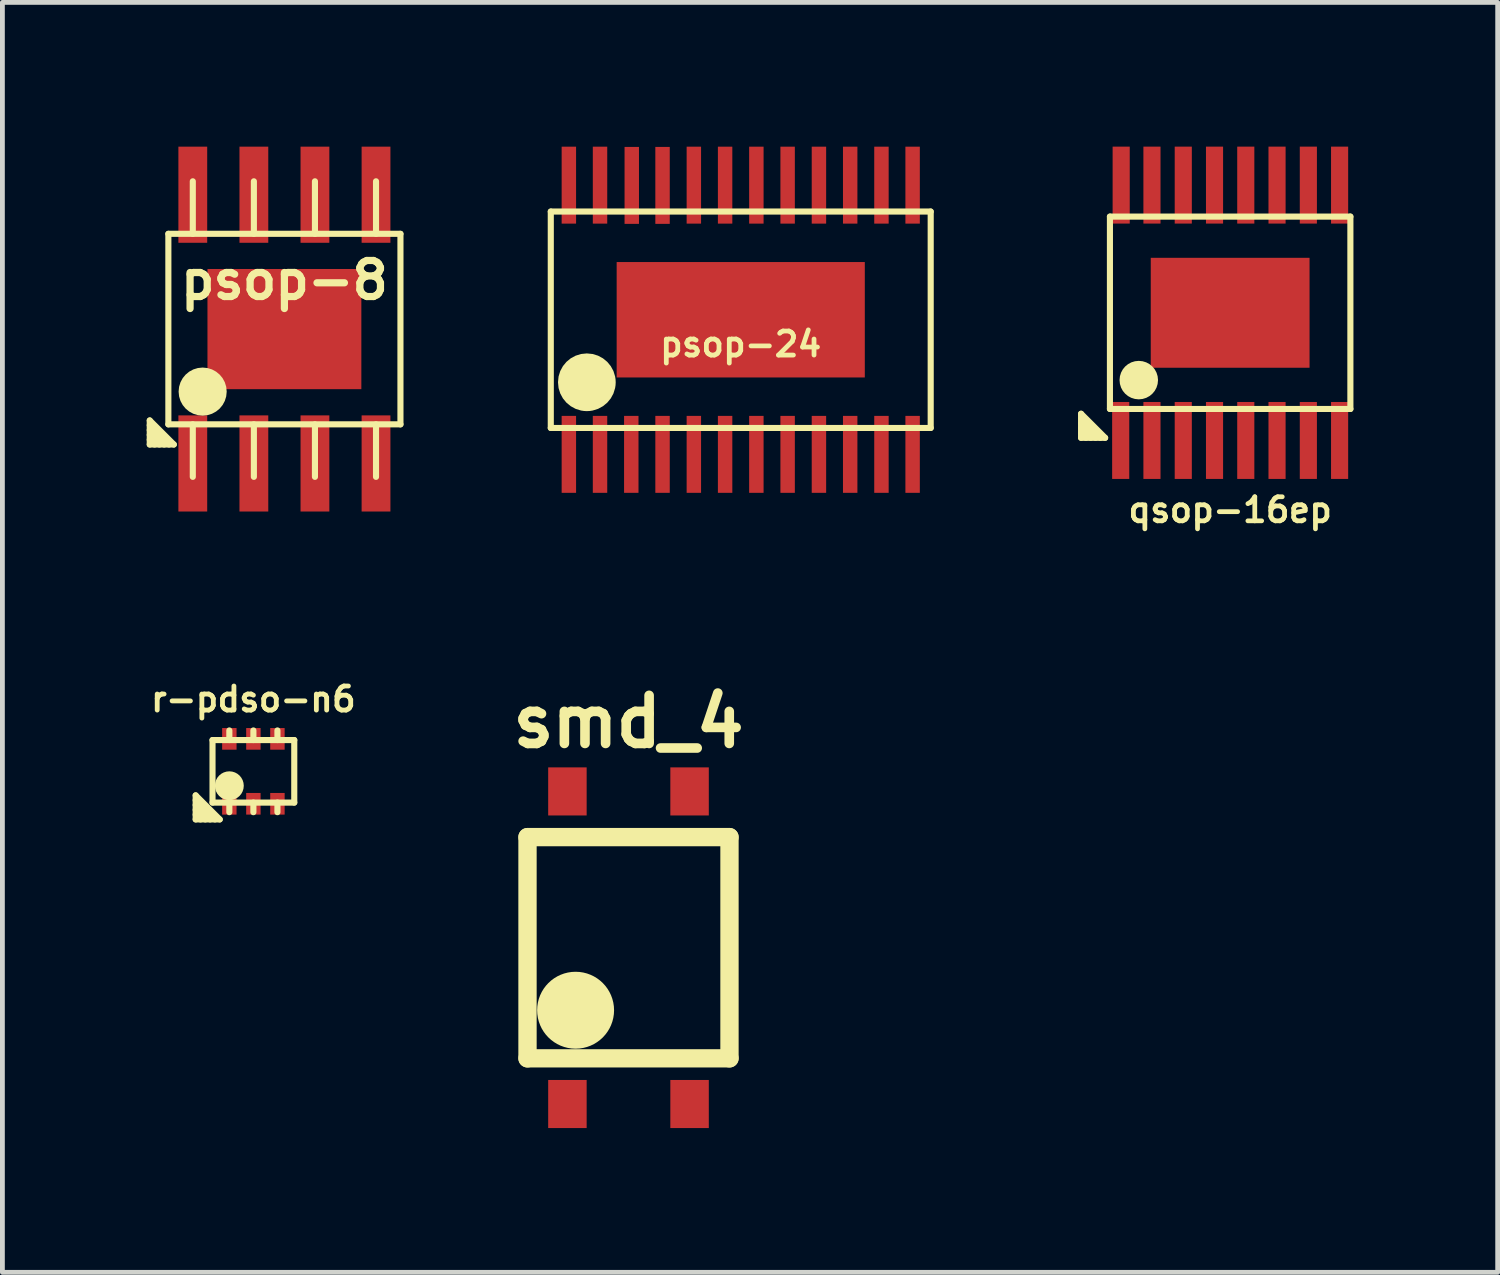
<source format=kicad_pcb>
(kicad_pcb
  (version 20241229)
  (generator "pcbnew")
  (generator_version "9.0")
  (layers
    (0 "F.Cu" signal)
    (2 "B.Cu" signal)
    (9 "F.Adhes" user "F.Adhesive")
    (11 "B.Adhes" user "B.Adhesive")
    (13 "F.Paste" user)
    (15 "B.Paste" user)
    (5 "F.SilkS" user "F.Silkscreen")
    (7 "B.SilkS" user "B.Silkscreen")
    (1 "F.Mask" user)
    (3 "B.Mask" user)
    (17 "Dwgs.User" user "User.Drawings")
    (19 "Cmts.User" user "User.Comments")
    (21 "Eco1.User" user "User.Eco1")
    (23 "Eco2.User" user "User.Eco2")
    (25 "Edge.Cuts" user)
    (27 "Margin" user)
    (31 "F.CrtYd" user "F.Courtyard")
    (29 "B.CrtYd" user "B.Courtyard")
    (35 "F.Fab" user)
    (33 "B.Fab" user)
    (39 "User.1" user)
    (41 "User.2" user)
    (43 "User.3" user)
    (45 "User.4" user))
  (footprint "r-pdso-n6"
    (layer "F.Cu")
    (at 2.219 12.989)
    (property "Reference" "r-pdso-n6" (at 0 -1.5 0) (layer "F.SilkS") (effects (font (size 0.5 0.5) (thickness 0.1))))
    (attr through_hole)
    (fp_line (start -1.2 0.5) (end -0.7 1) (stroke (width 0.127) (type solid)) (layer "F.SilkS"))
    (fp_line (start -1.2 0.7) (end -0.9 1) (stroke (width 0.127) (type solid)) (layer "F.SilkS"))
    (fp_line (start -1.2 0.9) (end -1.1 1) (stroke (width 0.127) (type solid)) (layer "F.SilkS"))
    (fp_line (start -1.2 1) (end -1.2 0.5) (stroke (width 0.127) (type solid)) (layer "F.SilkS"))
    (fp_line (start -1 1) (end -1.2 0.8) (stroke (width 0.127) (type solid)) (layer "F.SilkS"))
    (fp_line (start -0.85 -0.65) (end -0.85 0.65) (stroke (width 0.127) (type solid)) (layer "F.SilkS"))
    (fp_line (start -0.85 0.65) (end 0.85 0.65) (stroke (width 0.127) (type solid)) (layer "F.SilkS"))
    (fp_line (start -0.8 1) (end -1.2 0.6) (stroke (width 0.127) (type solid)) (layer "F.SilkS"))
    (fp_line (start -0.7 1) (end -1.2 1) (stroke (width 0.127) (type solid)) (layer "F.SilkS"))
    (fp_line (start -0.5 -0.65) (end -0.5 -0.85) (stroke (width 0.127) (type solid)) (layer "F.SilkS"))
    (fp_line (start -0.5 0.65) (end -0.5 0.85) (stroke (width 0.127) (type solid)) (layer "F.SilkS"))
    (fp_line (start 0 -0.65) (end 0 -0.85) (stroke (width 0.127) (type solid)) (layer "F.SilkS"))
    (fp_line (start 0 0.65) (end 0 0.85) (stroke (width 0.127) (type solid)) (layer "F.SilkS"))
    (fp_line (start 0.5 -0.65) (end 0.5 -0.85) (stroke (width 0.127) (type solid)) (layer "F.SilkS"))
    (fp_line (start 0.5 0.65) (end 0.5 0.85) (stroke (width 0.127) (type solid)) (layer "F.SilkS"))
    (fp_line (start 0.85 -0.65) (end -0.85 -0.65) (stroke (width 0.127) (type solid)) (layer "F.SilkS"))
    (fp_line (start 0.85 0.65) (end 0.85 -0.65) (stroke (width 0.127) (type solid)) (layer "F.SilkS"))
    (fp_circle (center -0.5 0.3) (end -0.35 0.3) (stroke (width 0.3) (type solid)) (fill no) (layer "F.SilkS"))
    (pad "1" smd rect (at -0.5 0.675) (size 0.3 0.45) (layers "F.Cu" "F.Mask" "F.Paste"))
    (pad "2" smd rect (at 0 0.675) (size 0.3 0.45) (layers "F.Cu" "F.Mask" "F.Paste"))
    (pad "3" smd rect (at 0.5 0.675) (size 0.3 0.45) (layers "F.Cu" "F.Mask" "F.Paste"))
    (pad "4" smd rect (at 0.5 -0.675) (size 0.3 0.45) (layers "F.Cu" "F.Mask" "F.Paste"))
    (pad "5" smd rect (at 0 -0.675) (size 0.3 0.45) (layers "F.Cu" "F.Mask" "F.Paste"))
    (pad "6" smd rect (at -0.5 -0.675) (size 0.3 0.45) (layers "F.Cu" "F.Mask" "F.Paste")))
  (footprint "smd_4"
    (layer "F.Cu")
    (at 10.019 16.657)
    (property "Reference" "smd_4" (at 0 -4.7 0) (layer "F.SilkS") (effects (font (size 1 1) (thickness 0.2))))
    (attr through_hole)
    (fp_line (start -2.1 -2.3) (end -2.1 2.3) (stroke (width 0.381) (type solid)) (layer "F.SilkS"))
    (fp_line (start -2.1 2.3) (end 2.1 2.3) (stroke (width 0.381) (type solid)) (layer "F.SilkS"))
    (fp_line (start 2.1 -2.3) (end -2.1 -2.3) (stroke (width 0.381) (type solid)) (layer "F.SilkS"))
    (fp_line (start 2.1 2.3) (end 2.1 -2.3) (stroke (width 0.381) (type solid)) (layer "F.SilkS"))
    (fp_circle (center -1.1 1.3) (end -0.7 1.3) (stroke (width 0.8) (type solid)) (fill no) (layer "F.SilkS"))
    (pad "1" smd rect (at -1.27 3.25) (size 0.8 1) (layers "F.Cu" "F.Mask" "F.Paste"))
    (pad "2" smd rect (at 1.27 3.25) (size 0.8 1) (layers "F.Cu" "F.Mask" "F.Paste"))
    (pad "3" smd rect (at 1.27 -3.25) (size 0.8 1) (layers "F.Cu" "F.Mask" "F.Paste"))
    (pad "4" smd rect (at -1.27 -3.25) (size 0.8 1) (layers "F.Cu" "F.Mask" "F.Paste")))
  (footprint "psop-24"
    (layer "F.Cu")
    (at 12.353 3.599)
    (property "Reference" "psop-24" (at 0 0.508 0) (layer "F.SilkS") (effects (font (size 0.5 0.5) (thickness 0.099))))
    (attr through_hole)
    (fp_line (start -3.95 -2.25) (end -3.95 2.25) (stroke (width 0.127) (type solid)) (layer "F.SilkS"))
    (fp_line (start -3.95 2.25) (end 3.95 2.25) (stroke (width 0.127) (type solid)) (layer "F.SilkS"))
    (fp_line (start 3.95 -2.25) (end -3.95 -2.25) (stroke (width 0.127) (type solid)) (layer "F.SilkS"))
    (fp_line (start 3.95 2.25) (end 3.95 -2.25) (stroke (width 0.127) (type solid)) (layer "F.SilkS"))
    (fp_circle (center -3.2 1.3) (end -2.9 1.3) (stroke (width 0.6) (type solid)) (fill no) (layer "F.SilkS"))
    (pad "1" smd rect (at -3.574 2.799) (size 0.3 1.6) (layers "F.Cu" "F.Mask" "F.Paste"))
    (pad "2" smd rect (at -2.926 2.799) (size 0.3 1.6) (layers "F.Cu" "F.Mask" "F.Paste"))
    (pad "3" smd rect (at -2.276 2.799) (size 0.3 1.6) (layers "F.Cu" "F.Mask" "F.Paste"))
    (pad "4" smd rect (at -1.626 2.799) (size 0.3 1.6) (layers "F.Cu" "F.Mask" "F.Paste"))
    (pad "5" smd rect (at -0.975 2.799) (size 0.3 1.6) (layers "F.Cu" "F.Mask" "F.Paste"))
    (pad "6" smd rect (at -0.325 2.799) (size 0.3 1.6) (layers "F.Cu" "F.Mask" "F.Paste"))
    (pad "7" smd rect (at 0.325 2.799) (size 0.3 1.6) (layers "F.Cu" "F.Mask" "F.Paste"))
    (pad "8" smd rect (at 0.975 2.799) (size 0.3 1.6) (layers "F.Cu" "F.Mask" "F.Paste"))
    (pad "9" smd rect (at 1.626 2.799) (size 0.3 1.6) (layers "F.Cu" "F.Mask" "F.Paste"))
    (pad "10" smd rect (at 2.276 2.799) (size 0.3 1.6) (layers "F.Cu" "F.Mask" "F.Paste"))
    (pad "11" smd rect (at 2.926 2.799) (size 0.3 1.6) (layers "F.Cu" "F.Mask" "F.Paste"))
    (pad "12" smd rect (at 3.574 2.799) (size 0.3 1.6) (layers "F.Cu" "F.Mask" "F.Paste"))
    (pad "13" smd rect (at 3.574 -2.799) (size 0.3 1.6) (layers "F.Cu" "F.Mask" "F.Paste"))
    (pad "14" smd rect (at 2.926 -2.799) (size 0.3 1.6) (layers "F.Cu" "F.Mask" "F.Paste"))
    (pad "15" smd rect (at 2.276 -2.799) (size 0.3 1.6) (layers "F.Cu" "F.Mask" "F.Paste"))
    (pad "16" smd rect (at 1.626 -2.799) (size 0.3 1.6) (layers "F.Cu" "F.Mask" "F.Paste"))
    (pad "17" smd rect (at 0.975 -2.799) (size 0.3 1.6) (layers "F.Cu" "F.Mask" "F.Paste"))
    (pad "18" smd rect (at 0.325 -2.799) (size 0.3 1.6) (layers "F.Cu" "F.Mask" "F.Paste"))
    (pad "19" smd rect (at -0.325 -2.799) (size 0.3 1.6) (layers "F.Cu" "F.Mask" "F.Paste"))
    (pad "20" smd rect (at -0.975 -2.799) (size 0.3 1.6) (layers "F.Cu" "F.Mask" "F.Paste"))
    (pad "21" smd rect (at -1.626 -2.794) (size 0.3 1.6) (layers "F.Cu" "F.Mask" "F.Paste"))
    (pad "22" smd rect (at -2.266 -2.794) (size 0.3 1.6) (layers "F.Cu" "F.Mask" "F.Paste"))
    (pad "23" smd rect (at -2.926 -2.799) (size 0.3 1.6) (layers "F.Cu" "F.Mask" "F.Paste"))
    (pad "24" smd rect (at -3.574 -2.799) (size 0.3 1.6) (layers "F.Cu" "F.Mask" "F.Paste"))
    (pad "25" smd rect (at 0 0) (size 5.16 2.4) (layers "F.Cu" "F.Mask" "F.Paste")))
  (footprint "qsop-16ep"
    (layer "F.Cu")
    (at 22.53 3.454)
    (property "Reference" "qsop-16ep" (at 0 4.1 0) (layer "F.SilkS") (effects (font (size 0.5 0.5) (thickness 0.099))))
    (attr through_hole)
    (fp_line (start -3.1 2.1) (end -2.6 2.6) (stroke (width 0.127) (type solid)) (layer "F.SilkS"))
    (fp_line (start -3.1 2.3) (end -2.8 2.6) (stroke (width 0.127) (type solid)) (layer "F.SilkS"))
    (fp_line (start -3.1 2.6) (end -3.1 2.1) (stroke (width 0.127) (type solid)) (layer "F.SilkS"))
    (fp_line (start -3.1 2.6) (end -2.6 2.6) (stroke (width 0.127) (type solid)) (layer "F.SilkS"))
    (fp_line (start -3 2.6) (end -3.1 2.5) (stroke (width 0.127) (type solid)) (layer "F.SilkS"))
    (fp_line (start -2.9 2.6) (end -3.1 2.4) (stroke (width 0.127) (type solid)) (layer "F.SilkS"))
    (fp_line (start -2.7 2.6) (end -3.1 2.2) (stroke (width 0.127) (type solid)) (layer "F.SilkS"))
    (fp_line (start -2.5 -2) (end 2.5 -2) (stroke (width 0.127) (type solid)) (layer "F.SilkS"))
    (fp_line (start -2.5 2) (end -2.5 -2) (stroke (width 0.127) (type solid)) (layer "F.SilkS"))
    (fp_line (start 2.5 -2) (end 2.5 2) (stroke (width 0.127) (type solid)) (layer "F.SilkS"))
    (fp_line (start 2.5 2) (end -2.5 2) (stroke (width 0.127) (type solid)) (layer "F.SilkS"))
    (fp_circle (center -1.9 1.4) (end -1.7 1.4) (stroke (width 0.4) (type solid)) (fill no) (layer "F.SilkS"))
    (pad "1" smd rect (at -2.276 2.655) (size 0.356 1.6) (layers "F.Cu" "F.Mask" "F.Paste"))
    (pad "2" smd rect (at -1.626 2.655) (size 0.356 1.6) (layers "F.Cu" "F.Mask" "F.Paste"))
    (pad "3" smd rect (at -0.975 2.655) (size 0.356 1.6) (layers "F.Cu" "F.Mask" "F.Paste"))
    (pad "4" smd rect (at -0.325 2.655) (size 0.356 1.6) (layers "F.Cu" "F.Mask" "F.Paste"))
    (pad "5" smd rect (at 0.325 2.655) (size 0.356 1.6) (layers "F.Cu" "F.Mask" "F.Paste"))
    (pad "6" smd rect (at 0.975 2.655) (size 0.356 1.6) (layers "F.Cu" "F.Mask" "F.Paste"))
    (pad "7" smd rect (at 1.626 2.655) (size 0.356 1.6) (layers "F.Cu" "F.Mask" "F.Paste"))
    (pad "8" smd rect (at 2.276 2.655) (size 0.356 1.6) (layers "F.Cu" "F.Mask" "F.Paste"))
    (pad "9" smd rect (at 2.276 -2.655) (size 0.356 1.6) (layers "F.Cu" "F.Mask" "F.Paste"))
    (pad "10" smd rect (at 1.626 -2.655) (size 0.356 1.6) (layers "F.Cu" "F.Mask" "F.Paste"))
    (pad "11" smd rect (at 0.975 -2.655) (size 0.356 1.6) (layers "F.Cu" "F.Mask" "F.Paste"))
    (pad "12" smd rect (at 0.325 -2.655) (size 0.356 1.6) (layers "F.Cu" "F.Mask" "F.Paste"))
    (pad "13" smd rect (at -0.325 -2.655) (size 0.356 1.6) (layers "F.Cu" "F.Mask" "F.Paste"))
    (pad "14" smd rect (at -0.975 -2.655) (size 0.356 1.6) (layers "F.Cu" "F.Mask" "F.Paste"))
    (pad "15" smd rect (at -1.626 -2.655) (size 0.356 1.6) (layers "F.Cu" "F.Mask" "F.Paste"))
    (pad "16" smd rect (at -2.266 -2.655) (size 0.356 1.6) (layers "F.Cu" "F.Mask" "F.Paste"))
    (pad "17" smd rect (at 0 0) (size 3.302 2.286) (layers "F.Cu" "F.Mask" "F.Paste")))
  (footprint "psop-8"
    (layer "F.Cu")
    (at 2.864 3.793)
    (property "Reference" "psop-8" (at 0 -1.016 0) (layer "F.SilkS") (effects (font (size 0.749 0.749) (thickness 0.15))))
    (attr through_hole)
    (fp_line (start -2.8 1.9) (end -2.3 2.4) (stroke (width 0.127) (type solid)) (layer "F.SilkS"))
    (fp_line (start -2.8 2.4) (end -2.8 1.9) (stroke (width 0.127) (type solid)) (layer "F.SilkS"))
    (fp_line (start -2.7 2.4) (end -2.8 2.3) (stroke (width 0.127) (type solid)) (layer "F.SilkS"))
    (fp_line (start -2.6 2.4) (end -2.8 2.2) (stroke (width 0.127) (type solid)) (layer "F.SilkS"))
    (fp_line (start -2.5 2.4) (end -2.8 2.1) (stroke (width 0.127) (type solid)) (layer "F.SilkS"))
    (fp_line (start -2.413 -1.981) (end -2.413 1.981) (stroke (width 0.127) (type solid)) (layer "F.SilkS"))
    (fp_line (start -2.413 1.981) (end 2.413 1.981) (stroke (width 0.127) (type solid)) (layer "F.SilkS"))
    (fp_line (start -2.4 2.4) (end -2.8 2) (stroke (width 0.127) (type solid)) (layer "F.SilkS"))
    (fp_line (start -2.3 2.4) (end -2.8 2.4) (stroke (width 0.127) (type solid)) (layer "F.SilkS"))
    (fp_line (start -1.905 -1.981) (end -1.905 -3.073) (stroke (width 0.127) (type solid)) (layer "F.SilkS"))
    (fp_line (start -1.905 3.073) (end -1.905 1.981) (stroke (width 0.127) (type solid)) (layer "F.SilkS"))
    (fp_line (start -0.635 -1.981) (end -0.635 -3.073) (stroke (width 0.127) (type solid)) (layer "F.SilkS"))
    (fp_line (start -0.635 3.073) (end -0.635 1.981) (stroke (width 0.127) (type solid)) (layer "F.SilkS"))
    (fp_line (start 0.635 -1.981) (end 0.635 -3.073) (stroke (width 0.127) (type solid)) (layer "F.SilkS"))
    (fp_line (start 0.635 3.073) (end 0.635 1.981) (stroke (width 0.127) (type solid)) (layer "F.SilkS"))
    (fp_line (start 1.905 -3.073) (end 1.905 -1.981) (stroke (width 0.127) (type solid)) (layer "F.SilkS"))
    (fp_line (start 1.905 1.981) (end 1.905 3.073) (stroke (width 0.127) (type solid)) (layer "F.SilkS"))
    (fp_line (start 2.413 -1.981) (end -2.413 -1.981) (stroke (width 0.127) (type solid)) (layer "F.SilkS"))
    (fp_line (start 2.413 1.981) (end 2.413 -1.981) (stroke (width 0.127) (type solid)) (layer "F.SilkS"))
    (fp_circle (center -1.7 1.3) (end -1.45 1.3) (stroke (width 0.5) (type solid)) (fill no) (layer "F.SilkS"))
    (pad "1" smd rect (at -1.905 2.794) (size 0.599 1.999) (layers "F.Cu" "F.Mask" "F.Paste"))
    (pad "2" smd rect (at -0.635 2.794) (size 0.599 1.999) (layers "F.Cu" "F.Mask" "F.Paste"))
    (pad "3" smd rect (at 0.635 2.794) (size 0.599 1.999) (layers "F.Cu" "F.Mask" "F.Paste"))
    (pad "4" smd rect (at 1.905 2.794) (size 0.599 1.999) (layers "F.Cu" "F.Mask" "F.Paste"))
    (pad "5" smd rect (at 1.905 -2.794) (size 0.599 1.999) (layers "F.Cu" "F.Mask" "F.Paste"))
    (pad "6" smd rect (at 0.635 -2.794) (size 0.599 1.999) (layers "F.Cu" "F.Mask" "F.Paste"))
    (pad "7" smd rect (at -0.635 -2.794) (size 0.599 1.999) (layers "F.Cu" "F.Mask" "F.Paste"))
    (pad "8" smd rect (at -1.905 -2.794) (size 0.599 1.999) (layers "F.Cu" "F.Mask" "F.Paste"))
    (pad "9" smd rect (at 0 0) (size 3.2 2.499) (layers "F.Cu" "F.Mask" "F.Paste")))
  (gr_rect
    (start -3 -3)
    (end 28.093 23.407)
    (stroke (width 0.1) (type default))
    (fill no)
    (layer "Edge.Cuts")))
</source>
